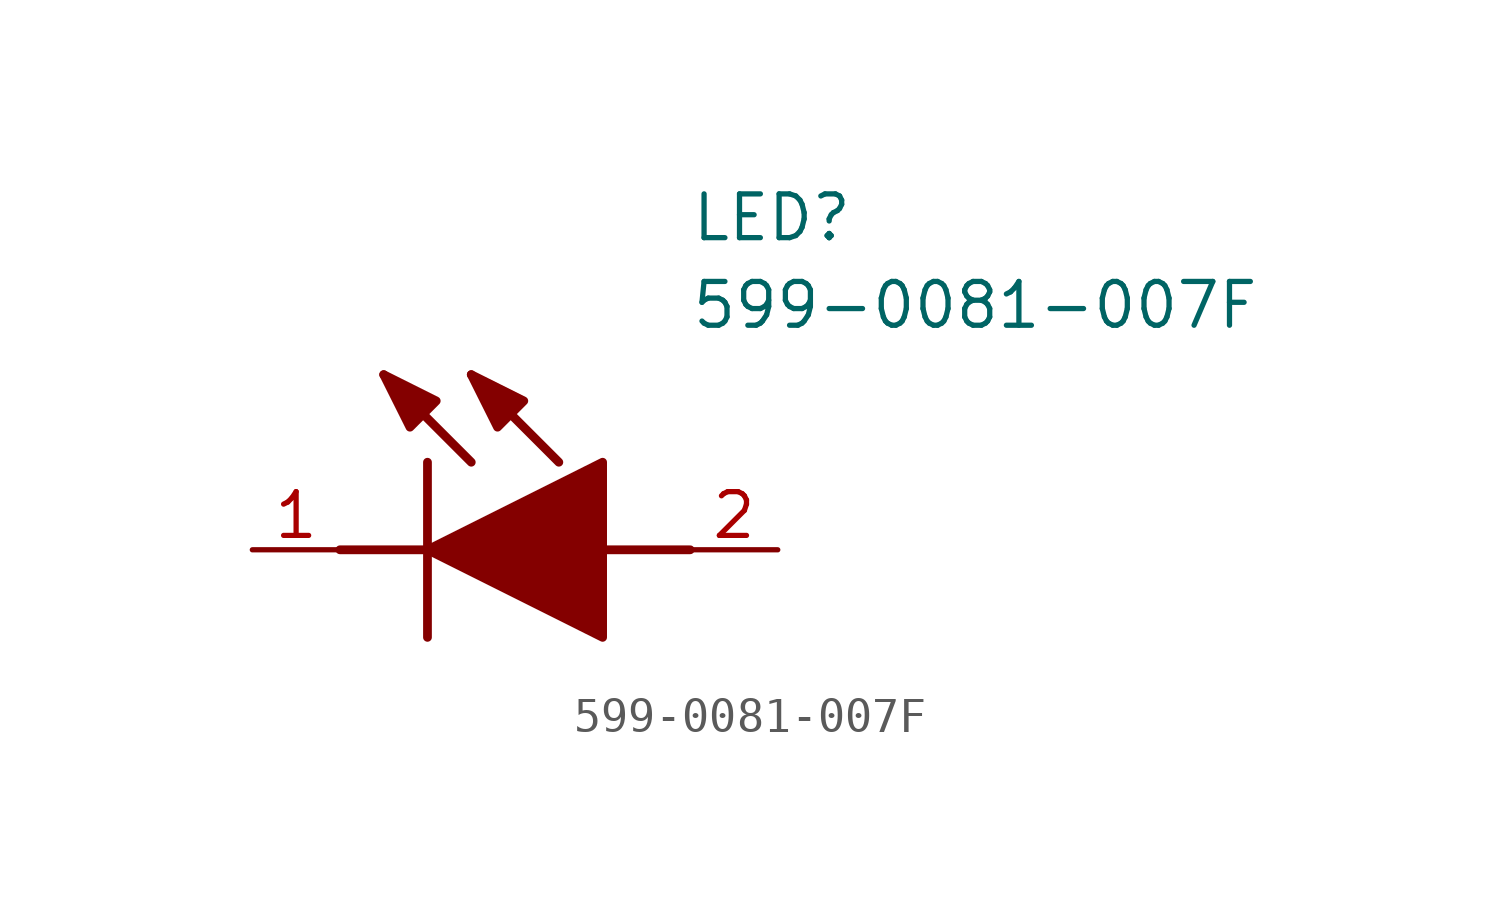
<source format=kicad_sym>
(kicad_symbol_lib
  (version 20211014)
  (generator SamacSys_ECAD_Model)
  (symbol "599-0081-007F"
    (pin_names hide)
    (property "Reference" "LED"
      (at 12.7 8.89 0)
      (effects (font (size 1.27 1.27)) (justify left bottom)))
    (property "Value" "599-0081-007F"
      (at 12.7 6.35 0)
      (effects (font (size 1.27 1.27)) (justify left bottom)))
    (polyline
      (pts (xy 5.08 2.54) (xy 5.08 -2.54))
      (stroke (width 0.254) (type default))
      (fill (type none)))
    (polyline
      (pts (xy 6.35 2.54) (xy 3.81 5.08))
      (stroke (width 0.254) (type default))
      (fill (type none)))
    (polyline
      (pts (xy 8.89 2.54) (xy 6.35 5.08))
      (stroke (width 0.254) (type default))
      (fill (type none)))
    (polyline
      (pts (xy 2.54 0) (xy 5.08 0))
      (stroke (width 0.254) (type default))
      (fill (type none)))
    (polyline
      (pts (xy 10.16 0) (xy 12.7 0))
      (stroke (width 0.254) (type default))
      (fill (type none)))
    (polyline
      (pts (xy 5.08 0) (xy 10.16 2.54) (xy 10.16 -2.54) (xy 5.08 0))
      (stroke (width 0.254) (type default))
      (fill (type outline)))
    (polyline
      (pts (xy 5.334 4.318) (xy 4.572 3.556) (xy 3.81 5.08) (xy 5.334 4.318))
      (stroke (width 0.254) (type default))
      (fill (type outline)))
    (polyline
      (pts (xy 7.874 4.318) (xy 7.112 3.556) (xy 6.35 5.08) (xy 7.874 4.318))
      (stroke (width 0.254) (type default))
      (fill (type outline)))
    (pin passive line
      (at 0 0 0)
      (length 2.54)
      (name "K" (effects (font (size 1.27 1.27))))
      (number "1" (effects (font (size 1.27 1.27)))))
    (pin passive line
      (at 15.24 0 180)
      (length 2.54)
      (name "A" (effects (font (size 1.27 1.27))))
      (number "2" (effects (font (size 1.27 1.27)))))))
</source>
